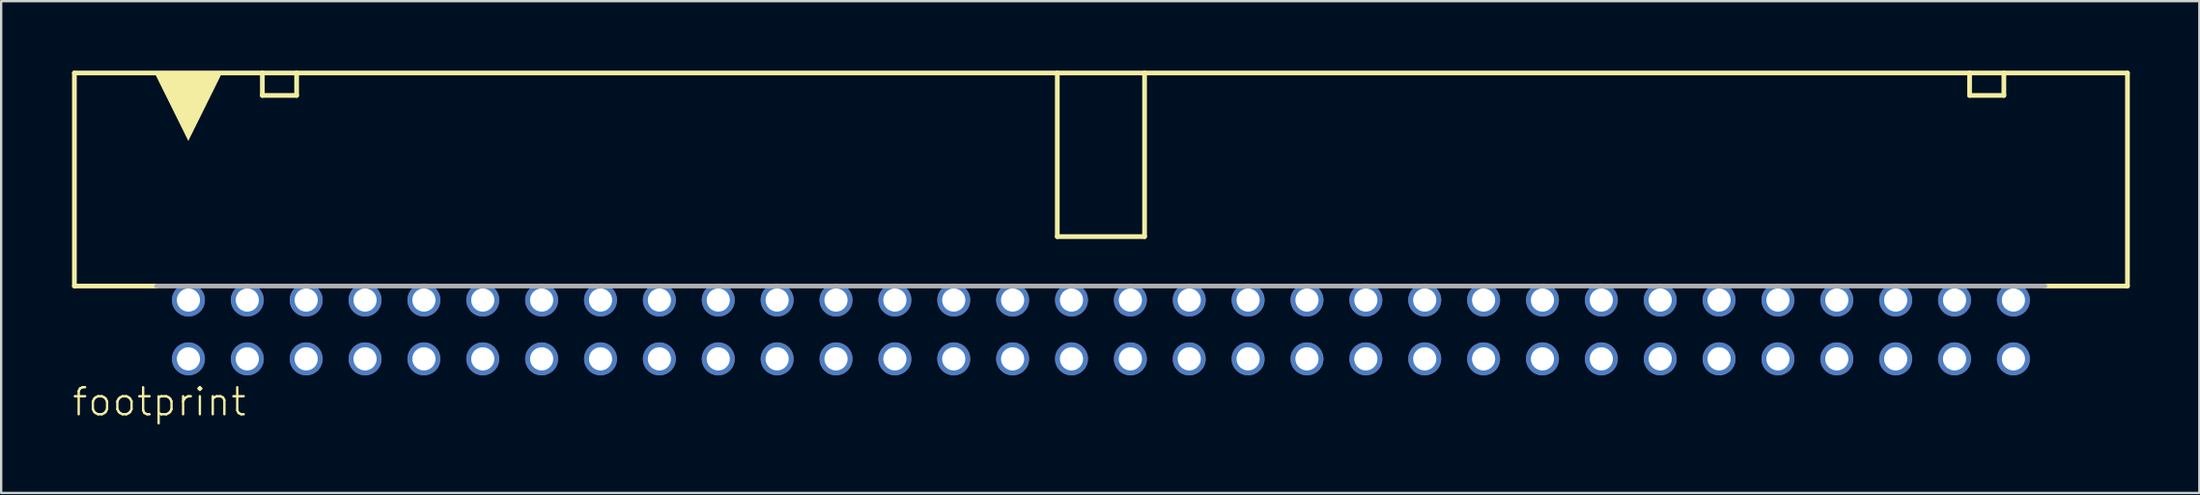
<source format=kicad_pcb>
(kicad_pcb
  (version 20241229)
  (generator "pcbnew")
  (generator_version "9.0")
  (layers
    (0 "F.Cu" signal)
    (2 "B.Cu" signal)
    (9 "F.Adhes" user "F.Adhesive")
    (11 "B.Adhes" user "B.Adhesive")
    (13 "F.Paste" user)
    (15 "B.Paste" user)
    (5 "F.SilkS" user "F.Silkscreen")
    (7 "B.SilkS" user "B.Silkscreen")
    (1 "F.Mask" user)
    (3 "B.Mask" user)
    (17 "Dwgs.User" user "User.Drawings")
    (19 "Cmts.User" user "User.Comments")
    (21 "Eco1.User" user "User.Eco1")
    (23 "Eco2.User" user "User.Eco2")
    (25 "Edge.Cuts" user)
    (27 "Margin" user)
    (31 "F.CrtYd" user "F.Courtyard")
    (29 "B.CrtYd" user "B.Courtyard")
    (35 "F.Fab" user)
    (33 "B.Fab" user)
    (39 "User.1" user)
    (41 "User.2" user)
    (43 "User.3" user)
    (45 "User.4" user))
  (footprint "footprint"
    (layer "F.Cu")
    (at 44.45 11.177)
    (property "Reference" "footprint" (at -44.45 3.81 0) (layer "F.SilkS") (effects (font (size 1.168 1.168) (thickness 0.102)) (justify left bottom)))
    (fp_line (start -44.29 -11.075) (end -44.29 -1.875) (stroke (width 0.203) (type solid)) (layer "F.SilkS"))
    (fp_line (start -40.746 -1.875) (end -44.29 -1.875) (stroke (width 0.203) (type solid)) (layer "F.SilkS"))
    (fp_line (start -36.181 -11.075) (end -44.29 -11.075) (stroke (width 0.203) (type solid)) (layer "F.SilkS"))
    (fp_line (start -36.181 -11.075) (end -34.702 -11.075) (stroke (width 0.203) (type solid)) (layer "F.SilkS"))
    (fp_line (start -36.181 -10.105) (end -36.181 -11.075) (stroke (width 0.203) (type solid)) (layer "F.SilkS"))
    (fp_line (start -34.702 -11.075) (end -34.702 -10.105) (stroke (width 0.203) (type solid)) (layer "F.SilkS"))
    (fp_line (start -34.702 -10.105) (end -36.181 -10.105) (stroke (width 0.203) (type solid)) (layer "F.SilkS"))
    (fp_line (start -1.883 -11.075) (end -34.702 -11.075) (stroke (width 0.203) (type solid)) (layer "F.SilkS"))
    (fp_line (start -1.883 -4.01) (end -1.883 -11.075) (stroke (width 0.203) (type solid)) (layer "F.SilkS"))
    (fp_line (start 1.883 -11.075) (end -1.883 -11.075) (stroke (width 0.203) (type solid)) (layer "F.SilkS"))
    (fp_line (start 1.883 -11.075) (end 1.883 -4.01) (stroke (width 0.203) (type solid)) (layer "F.SilkS"))
    (fp_line (start 1.883 -4.01) (end -1.883 -4.01) (stroke (width 0.203) (type solid)) (layer "F.SilkS"))
    (fp_line (start 37.479 -11.075) (end 1.883 -11.075) (stroke (width 0.203) (type solid)) (layer "F.SilkS"))
    (fp_line (start 37.479 -11.075) (end 38.958 -11.075) (stroke (width 0.203) (type solid)) (layer "F.SilkS"))
    (fp_line (start 37.479 -10.105) (end 37.479 -11.075) (stroke (width 0.203) (type solid)) (layer "F.SilkS"))
    (fp_line (start 38.958 -11.075) (end 38.958 -10.105) (stroke (width 0.203) (type solid)) (layer "F.SilkS"))
    (fp_line (start 38.958 -10.105) (end 37.479 -10.105) (stroke (width 0.203) (type solid)) (layer "F.SilkS"))
    (fp_line (start 44.29 -11.075) (end 38.958 -11.075) (stroke (width 0.203) (type solid)) (layer "F.SilkS"))
    (fp_line (start 44.29 -1.875) (end 40.733 -1.875) (stroke (width 0.203) (type solid)) (layer "F.SilkS"))
    (fp_line (start 44.29 -1.875) (end 44.29 -11.075) (stroke (width 0.203) (type solid)) (layer "F.SilkS"))
    (fp_poly (pts (xy -39.375 -8.141) (xy -40.814 -11.047) (xy -37.936 -11.047)) (stroke (width 0) (type solid)) (fill yes) (layer "F.SilkS"))
    (fp_line (start 40.729 -1.875) (end -40.742 -1.875) (stroke (width 0.203) (type solid)) (layer "F.Fab"))
    (pad "1" thru_hole circle (at -39.37 1.27) (size 1.422 1.422) (drill 1) (layers "*.Cu" "*.Mask"))
    (pad "2" thru_hole circle (at -39.37 -1.27) (size 1.422 1.422) (drill 1) (layers "*.Cu" "*.Mask"))
    (pad "3" thru_hole circle (at -36.83 1.27) (size 1.422 1.422) (drill 1) (layers "*.Cu" "*.Mask"))
    (pad "4" thru_hole circle (at -36.83 -1.27) (size 1.422 1.422) (drill 1) (layers "*.Cu" "*.Mask"))
    (pad "5" thru_hole circle (at -34.29 1.27) (size 1.422 1.422) (drill 1) (layers "*.Cu" "*.Mask"))
    (pad "6" thru_hole circle (at -34.29 -1.27) (size 1.422 1.422) (drill 1) (layers "*.Cu" "*.Mask"))
    (pad "7" thru_hole circle (at -31.75 1.27) (size 1.422 1.422) (drill 1) (layers "*.Cu" "*.Mask"))
    (pad "8" thru_hole circle (at -31.75 -1.27) (size 1.422 1.422) (drill 1) (layers "*.Cu" "*.Mask"))
    (pad "9" thru_hole circle (at -29.21 1.27) (size 1.422 1.422) (drill 1) (layers "*.Cu" "*.Mask"))
    (pad "10" thru_hole circle (at -29.21 -1.27) (size 1.422 1.422) (drill 1) (layers "*.Cu" "*.Mask"))
    (pad "11" thru_hole circle (at -26.67 1.27) (size 1.422 1.422) (drill 1) (layers "*.Cu" "*.Mask"))
    (pad "12" thru_hole circle (at -26.67 -1.27) (size 1.422 1.422) (drill 1) (layers "*.Cu" "*.Mask"))
    (pad "13" thru_hole circle (at -24.13 1.27) (size 1.422 1.422) (drill 1) (layers "*.Cu" "*.Mask"))
    (pad "14" thru_hole circle (at -24.13 -1.27) (size 1.422 1.422) (drill 1) (layers "*.Cu" "*.Mask"))
    (pad "15" thru_hole circle (at -21.59 1.27) (size 1.422 1.422) (drill 1) (layers "*.Cu" "*.Mask"))
    (pad "16" thru_hole circle (at -21.59 -1.27) (size 1.422 1.422) (drill 1) (layers "*.Cu" "*.Mask"))
    (pad "17" thru_hole circle (at -19.05 1.27) (size 1.422 1.422) (drill 1) (layers "*.Cu" "*.Mask"))
    (pad "18" thru_hole circle (at -19.05 -1.27) (size 1.422 1.422) (drill 1) (layers "*.Cu" "*.Mask"))
    (pad "19" thru_hole circle (at -16.51 1.27) (size 1.422 1.422) (drill 1) (layers "*.Cu" "*.Mask"))
    (pad "20" thru_hole circle (at -16.51 -1.27) (size 1.422 1.422) (drill 1) (layers "*.Cu" "*.Mask"))
    (pad "21" thru_hole circle (at -13.97 1.27) (size 1.422 1.422) (drill 1) (layers "*.Cu" "*.Mask"))
    (pad "22" thru_hole circle (at -13.97 -1.27) (size 1.422 1.422) (drill 1) (layers "*.Cu" "*.Mask"))
    (pad "23" thru_hole circle (at -11.43 1.27) (size 1.422 1.422) (drill 1) (layers "*.Cu" "*.Mask"))
    (pad "24" thru_hole circle (at -11.43 -1.27) (size 1.422 1.422) (drill 1) (layers "*.Cu" "*.Mask"))
    (pad "25" thru_hole circle (at -8.89 1.27) (size 1.422 1.422) (drill 1) (layers "*.Cu" "*.Mask"))
    (pad "26" thru_hole circle (at -8.89 -1.27) (size 1.422 1.422) (drill 1) (layers "*.Cu" "*.Mask"))
    (pad "27" thru_hole circle (at -6.35 1.27) (size 1.422 1.422) (drill 1) (layers "*.Cu" "*.Mask"))
    (pad "28" thru_hole circle (at -6.35 -1.27) (size 1.422 1.422) (drill 1) (layers "*.Cu" "*.Mask"))
    (pad "29" thru_hole circle (at -3.81 1.27) (size 1.422 1.422) (drill 1) (layers "*.Cu" "*.Mask"))
    (pad "30" thru_hole circle (at -3.81 -1.27) (size 1.422 1.422) (drill 1) (layers "*.Cu" "*.Mask"))
    (pad "31" thru_hole circle (at -1.27 1.27) (size 1.422 1.422) (drill 1) (layers "*.Cu" "*.Mask"))
    (pad "32" thru_hole circle (at -1.27 -1.27) (size 1.422 1.422) (drill 1) (layers "*.Cu" "*.Mask"))
    (pad "33" thru_hole circle (at 1.27 1.27) (size 1.422 1.422) (drill 1) (layers "*.Cu" "*.Mask"))
    (pad "34" thru_hole circle (at 1.27 -1.27) (size 1.422 1.422) (drill 1) (layers "*.Cu" "*.Mask"))
    (pad "35" thru_hole circle (at 3.81 1.27) (size 1.422 1.422) (drill 1) (layers "*.Cu" "*.Mask"))
    (pad "36" thru_hole circle (at 3.81 -1.27) (size 1.422 1.422) (drill 1) (layers "*.Cu" "*.Mask"))
    (pad "37" thru_hole circle (at 6.35 1.27) (size 1.422 1.422) (drill 1) (layers "*.Cu" "*.Mask"))
    (pad "38" thru_hole circle (at 6.35 -1.27) (size 1.422 1.422) (drill 1) (layers "*.Cu" "*.Mask"))
    (pad "39" thru_hole circle (at 8.89 1.27) (size 1.422 1.422) (drill 1) (layers "*.Cu" "*.Mask"))
    (pad "40" thru_hole circle (at 8.89 -1.27) (size 1.422 1.422) (drill 1) (layers "*.Cu" "*.Mask"))
    (pad "41" thru_hole circle (at 11.43 1.27) (size 1.422 1.422) (drill 1) (layers "*.Cu" "*.Mask"))
    (pad "42" thru_hole circle (at 11.43 -1.27) (size 1.422 1.422) (drill 1) (layers "*.Cu" "*.Mask"))
    (pad "43" thru_hole circle (at 13.97 1.27) (size 1.422 1.422) (drill 1) (layers "*.Cu" "*.Mask"))
    (pad "44" thru_hole circle (at 13.97 -1.27) (size 1.422 1.422) (drill 1) (layers "*.Cu" "*.Mask"))
    (pad "45" thru_hole circle (at 16.51 1.27) (size 1.422 1.422) (drill 1) (layers "*.Cu" "*.Mask"))
    (pad "46" thru_hole circle (at 16.51 -1.27) (size 1.422 1.422) (drill 1) (layers "*.Cu" "*.Mask"))
    (pad "47" thru_hole circle (at 19.05 1.27) (size 1.422 1.422) (drill 1) (layers "*.Cu" "*.Mask"))
    (pad "48" thru_hole circle (at 19.05 -1.27) (size 1.422 1.422) (drill 1) (layers "*.Cu" "*.Mask"))
    (pad "49" thru_hole circle (at 21.59 1.27) (size 1.422 1.422) (drill 1) (layers "*.Cu" "*.Mask"))
    (pad "50" thru_hole circle (at 21.59 -1.27) (size 1.422 1.422) (drill 1) (layers "*.Cu" "*.Mask"))
    (pad "51" thru_hole circle (at 24.13 1.27) (size 1.422 1.422) (drill 1) (layers "*.Cu" "*.Mask"))
    (pad "52" thru_hole circle (at 24.13 -1.27) (size 1.422 1.422) (drill 1) (layers "*.Cu" "*.Mask"))
    (pad "53" thru_hole circle (at 26.67 1.27) (size 1.422 1.422) (drill 1) (layers "*.Cu" "*.Mask"))
    (pad "54" thru_hole circle (at 26.67 -1.27) (size 1.422 1.422) (drill 1) (layers "*.Cu" "*.Mask"))
    (pad "55" thru_hole circle (at 29.21 1.27) (size 1.422 1.422) (drill 1) (layers "*.Cu" "*.Mask"))
    (pad "56" thru_hole circle (at 29.21 -1.27) (size 1.422 1.422) (drill 1) (layers "*.Cu" "*.Mask"))
    (pad "57" thru_hole circle (at 31.75 1.27) (size 1.422 1.422) (drill 1) (layers "*.Cu" "*.Mask"))
    (pad "58" thru_hole circle (at 31.75 -1.27) (size 1.422 1.422) (drill 1) (layers "*.Cu" "*.Mask"))
    (pad "59" thru_hole circle (at 34.29 1.27) (size 1.422 1.422) (drill 1) (layers "*.Cu" "*.Mask"))
    (pad "60" thru_hole circle (at 34.29 -1.27) (size 1.422 1.422) (drill 1) (layers "*.Cu" "*.Mask"))
    (pad "61" thru_hole circle (at 36.83 1.27) (size 1.422 1.422) (drill 1) (layers "*.Cu" "*.Mask"))
    (pad "62" thru_hole circle (at 36.83 -1.27) (size 1.422 1.422) (drill 1) (layers "*.Cu" "*.Mask"))
    (pad "63" thru_hole circle (at 39.37 1.27) (size 1.422 1.422) (drill 1) (layers "*.Cu" "*.Mask"))
    (pad "64" thru_hole circle (at 39.37 -1.27) (size 1.422 1.422) (drill 1) (layers "*.Cu" "*.Mask")))
  (gr_rect
    (start -3 -3)
    (end 91.842 18.237)
    (stroke (width 0.1) (type default))
    (fill no)
    (layer "Edge.Cuts")))
</source>
